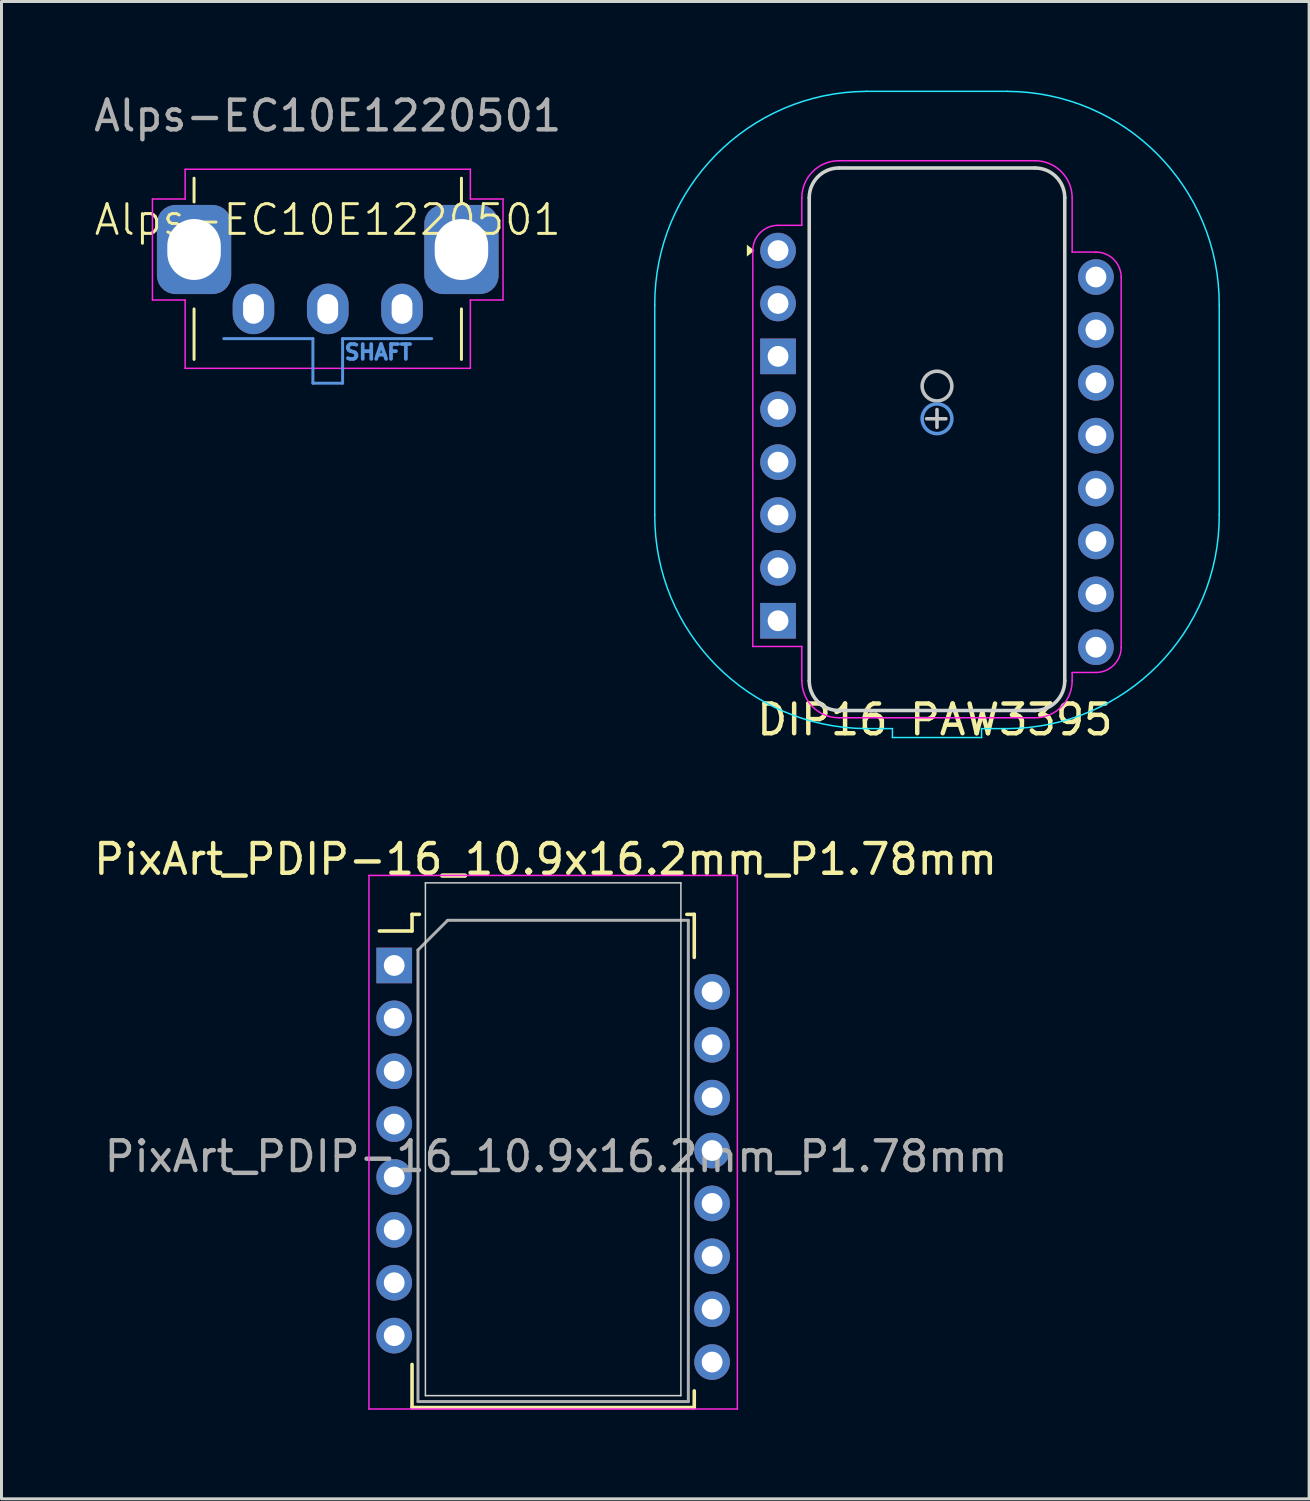
<source format=kicad_pcb>
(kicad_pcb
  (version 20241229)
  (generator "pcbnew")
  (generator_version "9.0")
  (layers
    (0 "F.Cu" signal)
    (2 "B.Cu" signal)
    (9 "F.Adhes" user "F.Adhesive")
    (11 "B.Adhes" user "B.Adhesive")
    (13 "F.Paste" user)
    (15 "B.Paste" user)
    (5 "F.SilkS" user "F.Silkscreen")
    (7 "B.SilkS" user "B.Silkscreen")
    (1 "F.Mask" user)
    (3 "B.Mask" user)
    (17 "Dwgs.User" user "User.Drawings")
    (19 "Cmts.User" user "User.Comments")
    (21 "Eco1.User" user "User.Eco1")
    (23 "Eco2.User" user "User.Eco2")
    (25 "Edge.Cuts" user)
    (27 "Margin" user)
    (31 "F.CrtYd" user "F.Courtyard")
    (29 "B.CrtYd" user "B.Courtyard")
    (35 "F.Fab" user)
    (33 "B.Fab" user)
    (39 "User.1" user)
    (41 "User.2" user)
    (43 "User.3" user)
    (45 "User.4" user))
  (footprint "Alps-EC10E1220501"
    (layer "F.Cu")
    (at 7.982 7.348)
    (property "Reference" "Alps-EC10E1220501" (at 0 -3 0) (unlocked yes) (layer "F.SilkS") (effects (font (size 1 1) (thickness 0.1))))
    (attr through_hole exclude_from_pos_files)
    (fp_line (start -4.5 -4.4) (end -4.5 -3.6) (stroke (width 0.1) (type default)) (layer "F.SilkS"))
    (fp_line (start -4.5 1.7) (end -4.5 0) (stroke (width 0.1) (type default)) (layer "F.SilkS"))
    (fp_line (start 4.5 -4.4) (end 4.5 -3.6) (stroke (width 0.1) (type default)) (layer "F.SilkS"))
    (fp_line (start 4.5 1.7) (end 4.5 0) (stroke (width 0.1) (type default)) (layer "F.SilkS"))
    (fp_line (start -3.5 1) (end -0.5 1) (stroke (width 0.1) (type default)) (layer "Cmts.User"))
    (fp_line (start -0.5 1) (end -0.5 2.5) (stroke (width 0.1) (type default)) (layer "Cmts.User"))
    (fp_line (start -0.5 2.5) (end 0.5 2.5) (stroke (width 0.1) (type default)) (layer "Cmts.User"))
    (fp_line (start 0.5 1) (end 3.5 1) (stroke (width 0.1) (type default)) (layer "Cmts.User"))
    (fp_line (start 0.5 2.5) (end 0.5 1) (stroke (width 0.1) (type default)) (layer "Cmts.User"))
    (fp_line (start -5.9 -3.7) (end -4.8 -3.7) (stroke (width 0.05) (type default)) (layer "F.CrtYd"))
    (fp_line (start -5.9 -0.3) (end -5.9 -3.7) (stroke (width 0.05) (type default)) (layer "F.CrtYd"))
    (fp_line (start -4.8 -4.7) (end 4.8 -4.7) (stroke (width 0.05) (type default)) (layer "F.CrtYd"))
    (fp_line (start -4.8 -3.7) (end -4.8 -4.7) (stroke (width 0.05) (type default)) (layer "F.CrtYd"))
    (fp_line (start -4.8 -0.3) (end -5.9 -0.3) (stroke (width 0.05) (type default)) (layer "F.CrtYd"))
    (fp_line (start -4.8 2) (end -4.8 -0.3) (stroke (width 0.05) (type default)) (layer "F.CrtYd"))
    (fp_line (start 4.8 -4.7) (end 4.8 -3.7) (stroke (width 0.05) (type default)) (layer "F.CrtYd"))
    (fp_line (start 4.8 -3.7) (end 5.9 -3.7) (stroke (width 0.05) (type default)) (layer "F.CrtYd"))
    (fp_line (start 4.8 -0.3) (end 4.8 2) (stroke (width 0.05) (type default)) (layer "F.CrtYd"))
    (fp_line (start 4.8 2) (end -4.8 2) (stroke (width 0.05) (type default)) (layer "F.CrtYd"))
    (fp_line (start 5.9 -3.7) (end 5.9 -0.3) (stroke (width 0.05) (type default)) (layer "F.CrtYd"))
    (fp_line (start 5.9 -0.3) (end 4.8 -0.3) (stroke (width 0.05) (type default)) (layer "F.CrtYd"))
    (fp_text user "SHAFT" (at 0.5 1.75 0) (unlocked yes) (layer "Cmts.User") (effects (font (size 0.5 0.5) (thickness 0.125)) (justify left bottom)))
    (fp_text user "${REFERENCE}" (at 0 -6.5 0) (unlocked yes) (layer "F.Fab") (effects (font (size 1 1) (thickness 0.15))))
    (pad "4" thru_hole roundrect (at -4.5 -2) (size 2.5 3) (drill oval 1.8 2.05) (layers "*.Cu" "*.Mask") (roundrect_rratio 0.25))
    (pad "4" thru_hole roundrect (at 4.5 -2) (size 2.5 3) (drill oval 1.8 2.05) (layers "*.Cu" "*.Mask") (roundrect_rratio 0.25))
    (pad "A" thru_hole oval (at -2.5 0) (size 1.4 1.7) (drill oval 0.7 1) (layers "*.Cu" "*.Mask"))
    (pad "B" thru_hole oval (at 0 0) (size 1.4 1.7) (drill oval 0.7 1) (layers "*.Cu" "*.Mask"))
    (pad "C" thru_hole oval (at 2.5 0) (size 1.4 1.7) (drill oval 0.7 1) (layers "*.Cu" "*.Mask")))
  (footprint "PixArt_PDIP-16_10.9x16.2mm_P1.78mm"
    (layer "F.Cu")
    (at 10.219 29.447)
    (property "Reference" "PixArt_PDIP-16_10.9x16.2mm_P1.78mm" (at 5.096 -3.575 180) (layer "F.SilkS") (effects (font (size 1 1) (thickness 0.15))))
    (attr through_hole exclude_from_pos_files)
    (fp_line (start 0.6 -1.16) (end -0.5 -1.16) (stroke (width 0.12) (type solid)) (layer "F.SilkS"))
    (fp_line (start 0.6 -1.16) (end 0.6 -1.72) (stroke (width 0.12) (type solid)) (layer "F.SilkS"))
    (fp_line (start 0.6 13.43) (end 0.6 14.88) (stroke (width 0.12) (type solid)) (layer "F.SilkS"))
    (fp_line (start 0.6 14.88) (end 10.1 14.88) (stroke (width 0.12) (type solid)) (layer "F.SilkS"))
    (fp_line (start 0.85 -1.72) (end 0.6 -1.72) (stroke (width 0.12) (type solid)) (layer "F.SilkS"))
    (fp_line (start 10.1 -1.72) (end 9.85 -1.72) (stroke (width 0.12) (type solid)) (layer "F.SilkS"))
    (fp_line (start 10.1 -1.72) (end 10.1 -0.27) (stroke (width 0.12) (type solid)) (layer "F.SilkS"))
    (fp_line (start 10.1 14.88) (end 10.1 14.32) (stroke (width 0.12) (type solid)) (layer "F.SilkS"))
    (fp_line (start 1.05 -2.78) (end 1.05 14.48) (stroke (width 0.05) (type solid)) (layer "Edge.Cuts"))
    (fp_line (start 9.65 -2.78) (end 1.05 -2.78) (stroke (width 0.05) (type solid)) (layer "Edge.Cuts"))
    (fp_line (start 9.65 -2.78) (end 9.65 14.48) (stroke (width 0.05) (type solid)) (layer "Edge.Cuts"))
    (fp_line (start 9.65 14.48) (end 1.05 14.48) (stroke (width 0.05) (type solid)) (layer "Edge.Cuts"))
    (fp_line (start -0.85 -3.03) (end 11.55 -3.03) (stroke (width 0.05) (type solid)) (layer "F.CrtYd"))
    (fp_line (start -0.85 14.93) (end -0.85 -3.03) (stroke (width 0.05) (type solid)) (layer "F.CrtYd"))
    (fp_line (start 11.55 -3.03) (end 11.55 14.93) (stroke (width 0.05) (type solid)) (layer "F.CrtYd"))
    (fp_line (start 11.55 14.93) (end -0.85 14.93) (stroke (width 0.05) (type solid)) (layer "F.CrtYd"))
    (fp_line (start 0.8 -0.52) (end 0.8 14.68) (stroke (width 0.1) (type solid)) (layer "F.Fab"))
    (fp_line (start 0.8 -0.52) (end 1.8 -1.52) (stroke (width 0.1) (type solid)) (layer "F.Fab"))
    (fp_line (start 0.8 14.68) (end 9.9 14.68) (stroke (width 0.1) (type solid)) (layer "F.Fab"))
    (fp_line (start 9.9 -1.52) (end 1.8 -1.52) (stroke (width 0.1) (type solid)) (layer "F.Fab"))
    (fp_line (start 9.9 14.68) (end 9.9 -1.52) (stroke (width 0.1) (type solid)) (layer "F.Fab"))
    (fp_text user "${REFERENCE}" (at 5.45 6.43 180) (layer "F.Fab") (effects (font (size 1 1) (thickness 0.15))))
    (pad "1" thru_hole rect (at 0 0 270) (size 1.2 1.2) (drill 0.7) (layers "*.Cu" "*.Mask"))
    (pad "2" thru_hole circle (at 0 1.78 270) (size 1.2 1.2) (drill 0.7) (layers "*.Cu" "*.Mask"))
    (pad "3" thru_hole circle (at 0 3.56 270) (size 1.2 1.2) (drill 0.7) (layers "*.Cu" "*.Mask"))
    (pad "4" thru_hole circle (at 0 5.34 270) (size 1.2 1.2) (drill 0.7) (layers "*.Cu" "*.Mask"))
    (pad "5" thru_hole circle (at 0 7.12 270) (size 1.2 1.2) (drill 0.7) (layers "*.Cu" "*.Mask"))
    (pad "6" thru_hole circle (at 0 8.9 270) (size 1.2 1.2) (drill 0.7) (layers "*.Cu" "*.Mask"))
    (pad "7" thru_hole circle (at 0 10.68 270) (size 1.2 1.2) (drill 0.7) (layers "*.Cu" "*.Mask"))
    (pad "8" thru_hole circle (at 0 12.46 270) (size 1.2 1.2) (drill 0.7) (layers "*.Cu" "*.Mask"))
    (pad "9" thru_hole circle (at 10.7 13.35 270) (size 1.2 1.2) (drill 0.7) (layers "*.Cu" "*.Mask"))
    (pad "10" thru_hole circle (at 10.7 11.57 270) (size 1.2 1.2) (drill 0.7) (layers "*.Cu" "*.Mask"))
    (pad "11" thru_hole circle (at 10.7 9.79 270) (size 1.2 1.2) (drill 0.7) (layers "*.Cu" "*.Mask"))
    (pad "12" thru_hole circle (at 10.7 8.01 270) (size 1.2 1.2) (drill 0.7) (layers "*.Cu" "*.Mask"))
    (pad "13" thru_hole circle (at 10.7 6.23 270) (size 1.2 1.2) (drill 0.7) (layers "*.Cu" "*.Mask"))
    (pad "14" thru_hole circle (at 10.7 4.45 270) (size 1.2 1.2) (drill 0.7) (layers "*.Cu" "*.Mask"))
    (pad "15" thru_hole circle (at 10.7 2.67 270) (size 1.2 1.2) (drill 0.7) (layers "*.Cu" "*.Mask"))
    (pad "16" thru_hole circle (at 10.7 0.89 270) (size 1.2 1.2) (drill 0.7) (layers "*.Cu" "*.Mask")))
  (footprint "DIP16 PAW3395"
    (layer "F.Cu")
    (at 23.139 5.385)
    (property "Reference" "DIP16 PAW3395" (at 5.28 15.79 0) (layer "F.SilkS") (effects (font (size 1 1) (thickness 0.15))))
    (attr through_hole)
    (fp_poly (pts (xy -0.8 0) (xy -1.05 -0.2) (xy -1.05 0.2)) (stroke (width 0) (type solid)) (fill yes) (layer "F.SilkS"))
    (fp_line (start 5 5.66) (end 5.65 5.66) (stroke (width 0.12) (type solid)) (layer "Dwgs.User"))
    (fp_line (start 5.35 5.35) (end 5.35 5.95) (stroke (width 0.12) (type solid)) (layer "Dwgs.User"))
    (fp_circle (center 5.35 4.56) (end 5.85 4.56) (stroke (width 0.12) (type solid)) (fill no) (layer "Dwgs.User"))
    (fp_circle (center 5.35 5.66) (end 5.85 5.66) (stroke (width 0.12) (type solid)) (fill no) (layer "Cmts.User"))
    (fp_line (start 1.05 -1.78) (end 1.05 14.48) (stroke (width 0.12) (type solid)) (layer "Edge.Cuts"))
    (fp_line (start 2.05 -2.78) (end 8.65 -2.78) (stroke (width 0.12) (type solid)) (layer "Edge.Cuts"))
    (fp_line (start 2.05 15.48) (end 8.65 15.48) (stroke (width 0.12) (type solid)) (layer "Edge.Cuts"))
    (fp_line (start 9.65 -1.78) (end 9.65 14.48) (stroke (width 0.12) (type solid)) (layer "Edge.Cuts"))
    (fp_arc (start 1.05 -1.78) (mid 1.342893 -2.487107) (end 2.05 -2.78) (stroke (width 0.12) (type default)) (layer "Edge.Cuts"))
    (fp_arc (start 2.05 15.48) (mid 1.342893 15.187107) (end 1.05 14.48) (stroke (width 0.12) (type default)) (layer "Edge.Cuts"))
    (fp_arc (start 8.65 -2.78) (mid 9.357107 -2.487107) (end 9.65 -1.78) (stroke (width 0.12) (type default)) (layer "Edge.Cuts"))
    (fp_arc (start 9.65 14.48) (mid 9.357107 15.187107) (end 8.65 15.48) (stroke (width 0.12) (type default)) (layer "Edge.Cuts"))
    (fp_line (start -4.15 1.84) (end -4.15 8.89) (stroke (width 0.05) (type solid)) (layer "B.CrtYd"))
    (fp_line (start 2.975 -5.36) (end 7.725 -5.36) (stroke (width 0.05) (type solid)) (layer "B.CrtYd"))
    (fp_line (start 2.975 16.09) (end 3.85 16.09) (stroke (width 0.05) (type solid)) (layer "B.CrtYd"))
    (fp_line (start 3.85 16.09) (end 3.85 16.39) (stroke (width 0.05) (type solid)) (layer "B.CrtYd"))
    (fp_line (start 3.85 16.39) (end 6.85 16.39) (stroke (width 0.05) (type solid)) (layer "B.CrtYd"))
    (fp_line (start 6.85 16.09) (end 6.85 16.39) (stroke (width 0.05) (type solid)) (layer "B.CrtYd"))
    (fp_line (start 6.85 16.09) (end 7.725 16.09) (stroke (width 0.05) (type solid)) (layer "B.CrtYd"))
    (fp_line (start 14.85 1.84) (end 14.85 8.89) (stroke (width 0.05) (type solid)) (layer "B.CrtYd"))
    (fp_arc (start -4.150001 1.84) (mid -2.07867 -3.235637) (end 2.975 -5.36) (stroke (width 0.05) (type solid)) (layer "B.CrtYd"))
    (fp_arc (start 2.975 16.09) (mid -2.078669 13.965636) (end -4.15 8.89) (stroke (width 0.05) (type solid)) (layer "B.CrtYd"))
    (fp_arc (start 7.725 -5.36) (mid 12.778669 -3.235636) (end 14.85 1.84) (stroke (width 0.05) (type solid)) (layer "B.CrtYd"))
    (fp_arc (start 14.85 8.89) (mid 12.778669 13.965636) (end 7.725 16.09) (stroke (width 0.05) (type solid)) (layer "B.CrtYd"))
    (fp_line (start -0.85 13.325) (end -0.85 0) (stroke (width 0.05) (type default)) (layer "F.CrtYd"))
    (fp_line (start 0.8 -1.775) (end 0.8 -0.85) (stroke (width 0.05) (type default)) (layer "F.CrtYd"))
    (fp_line (start 0.8 -0.85) (end 0 -0.85) (stroke (width 0.05) (type default)) (layer "F.CrtYd"))
    (fp_line (start 0.8 13.325) (end -0.85 13.325) (stroke (width 0.05) (type default)) (layer "F.CrtYd"))
    (fp_line (start 0.8 14.475) (end 0.8 13.325) (stroke (width 0.05) (type default)) (layer "F.CrtYd"))
    (fp_line (start 2.05 -3.025) (end 8.65 -3.025) (stroke (width 0.05) (type default)) (layer "F.CrtYd"))
    (fp_line (start 2.05 15.725) (end 8.65 15.725) (stroke (width 0.05) (type default)) (layer "F.CrtYd"))
    (fp_line (start 9.9 -1.775) (end 9.9 0.05) (stroke (width 0.05) (type default)) (layer "F.CrtYd"))
    (fp_line (start 9.9 0.05) (end 10.7 0.05) (stroke (width 0.05) (type default)) (layer "F.CrtYd"))
    (fp_line (start 9.9 14.2) (end 9.9 14.475) (stroke (width 0.05) (type default)) (layer "F.CrtYd"))
    (fp_line (start 10.7 14.2) (end 9.9 14.2) (stroke (width 0.05) (type default)) (layer "F.CrtYd"))
    (fp_line (start 11.55 0.9) (end 11.55 13.35) (stroke (width 0.05) (type default)) (layer "F.CrtYd"))
    (fp_arc (start -0.85 0) (mid -0.601041 -0.601041) (end 0 -0.85) (stroke (width 0.05) (type default)) (layer "F.CrtYd"))
    (fp_arc (start 0.8 -1.775) (mid 1.166117 -2.658883) (end 2.05 -3.025) (stroke (width 0.05) (type default)) (layer "F.CrtYd"))
    (fp_arc (start 2.05 15.725) (mid 1.166117 15.358883) (end 0.8 14.475) (stroke (width 0.05) (type default)) (layer "F.CrtYd"))
    (fp_arc (start 8.65 -3.025) (mid 9.533883 -2.658883) (end 9.9 -1.775) (stroke (width 0.05) (type default)) (layer "F.CrtYd"))
    (fp_arc (start 9.9 14.475) (mid 9.533883 15.358883) (end 8.65 15.725) (stroke (width 0.05) (type default)) (layer "F.CrtYd"))
    (fp_arc (start 10.7 0.05) (mid 11.301041 0.298959) (end 11.55 0.9) (stroke (width 0.05) (type default)) (layer "F.CrtYd"))
    (fp_arc (start 11.55 13.35) (mid 11.301041 13.951041) (end 10.7 14.2) (stroke (width 0.05) (type default)) (layer "F.CrtYd"))
    (pad "1" thru_hole circle (at 0 0) (size 1.2 1.2) (drill 0.7) (layers "*.Cu" "*.Mask"))
    (pad "2" thru_hole circle (at 0 1.78) (size 1.2 1.2) (drill 0.7) (layers "*.Cu" "*.Mask"))
    (pad "3" thru_hole rect (at 0 3.56) (size 1.2 1.2) (drill 0.7) (layers "*.Cu" "*.Mask"))
    (pad "4" thru_hole circle (at 0 5.34) (size 1.2 1.2) (drill 0.7) (layers "*.Cu" "*.Mask"))
    (pad "5" thru_hole circle (at 0 7.12) (size 1.2 1.2) (drill 0.7) (layers "*.Cu" "*.Mask"))
    (pad "6" thru_hole circle (at 0 8.9) (size 1.2 1.2) (drill 0.7) (layers "*.Cu" "*.Mask"))
    (pad "7" thru_hole circle (at 0 10.68) (size 1.2 1.2) (drill 0.7) (layers "*.Cu" "*.Mask"))
    (pad "8" thru_hole rect (at 0 12.46) (size 1.2 1.2) (drill 0.7) (layers "*.Cu" "*.Mask"))
    (pad "9" thru_hole circle (at 10.7 13.35) (size 1.2 1.2) (drill 0.7) (layers "*.Cu" "*.Mask"))
    (pad "10" thru_hole circle (at 10.7 11.57) (size 1.2 1.2) (drill 0.7) (layers "*.Cu" "*.Mask"))
    (pad "11" thru_hole circle (at 10.7 9.79) (size 1.2 1.2) (drill 0.7) (layers "*.Cu" "*.Mask"))
    (pad "12" thru_hole circle (at 10.7 8.01) (size 1.2 1.2) (drill 0.7) (layers "*.Cu" "*.Mask"))
    (pad "13" thru_hole circle (at 10.7 6.23) (size 1.2 1.2) (drill 0.7) (layers "*.Cu" "*.Mask"))
    (pad "14" thru_hole circle (at 10.7 4.45) (size 1.2 1.2) (drill 0.7) (layers "*.Cu" "*.Mask"))
    (pad "15" thru_hole circle (at 10.7 2.67) (size 1.2 1.2) (drill 0.7) (layers "*.Cu" "*.Mask"))
    (pad "16" thru_hole circle (at 10.7 0.89) (size 1.2 1.2) (drill 0.7) (layers "*.Cu" "*.Mask"))
    (zone (net_name "") (layers "F.Cu" "B.Cu" "Edge.Cuts") (hatch edge 0.2) (connect_pads) (min_thickness 0.25) (filled_areas_thickness no) (keepout (tracks not_allowed) (vias not_allowed) (pads not_allowed) (copperpour not_allowed) (footprints allowed)) (placement (enabled no)) (fill) (polygon (pts (xy 31.829 2.308) (xy 31.831 2.308) (xy 31.993 2.321) (xy 32.191 2.369) (xy 32.38 2.447) (xy 32.554 2.553) (xy 32.709 2.686) (xy 32.841 2.841) (xy 32.948 3.015) (xy 33.026 3.203) (xy 33.073 3.402) (xy 33.086 3.563) (xy 33.087 3.566) (xy 33.089 3.605) (xy 33.089 19.865) (xy 33.087 19.904) (xy 33.086 19.907) (xy 33.073 20.068) (xy 33.026 20.267) (xy 32.948 20.455) (xy 32.841 20.629) (xy 32.709 20.784) (xy 32.554 20.917) (xy 32.38 21.023) (xy 32.191 21.101) (xy 31.993 21.149) (xy 31.831 21.162) (xy 31.829 21.162) (xy 31.789 21.165) (xy 25.189 21.165) (xy 25.15 21.162) (xy 25.148 21.162) (xy 24.986 21.149) (xy 24.788 21.101) (xy 24.599 21.023) (xy 24.425 20.917) (xy 24.27 20.784) (xy 24.138 20.629) (xy 24.031 20.455) (xy 23.953 20.267) (xy 23.905 20.068) (xy 23.893 19.907) (xy 23.892 19.904) (xy 23.889 19.865) (xy 23.889 3.605) (xy 23.892 3.566) (xy 23.893 3.563) (xy 23.905 3.402) (xy 23.953 3.203) (xy 24.031 3.015) (xy 24.138 2.841) (xy 24.27 2.686) (xy 24.425 2.553) (xy 24.599 2.447) (xy 24.788 2.369) (xy 24.986 2.321) (xy 25.148 2.308) (xy 25.15 2.308) (xy 25.189 2.305) (xy 31.789 2.305))) (polygon (pts (xy 24.985 2.932) (xy 24.858 2.985) (xy 24.743 3.061) (xy 24.646 3.159) (xy 24.569 3.273) (xy 24.516 3.401) (xy 24.489 3.536) (xy 24.489 19.934) (xy 24.516 20.069) (xy 24.569 20.197) (xy 24.646 20.311) (xy 24.743 20.409) (xy 24.858 20.485) (xy 24.985 20.538) (xy 25.12 20.565) (xy 31.858 20.565) (xy 31.994 20.538) (xy 32.121 20.485) (xy 32.236 20.409) (xy 32.333 20.311) (xy 32.41 20.197) (xy 32.462 20.069) (xy 32.489 19.934) (xy 32.489 3.536) (xy 32.462 3.401) (xy 32.41 3.273) (xy 32.333 3.159) (xy 32.236 3.061) (xy 32.121 2.985) (xy 31.994 2.932) (xy 31.858 2.905) (xy 25.12 2.905)))))
  (gr_rect
    (start -3 -3)
    (end 41.014 47.401)
    (stroke (width 0.1) (type default))
    (fill no)
    (layer "Edge.Cuts")))
</source>
